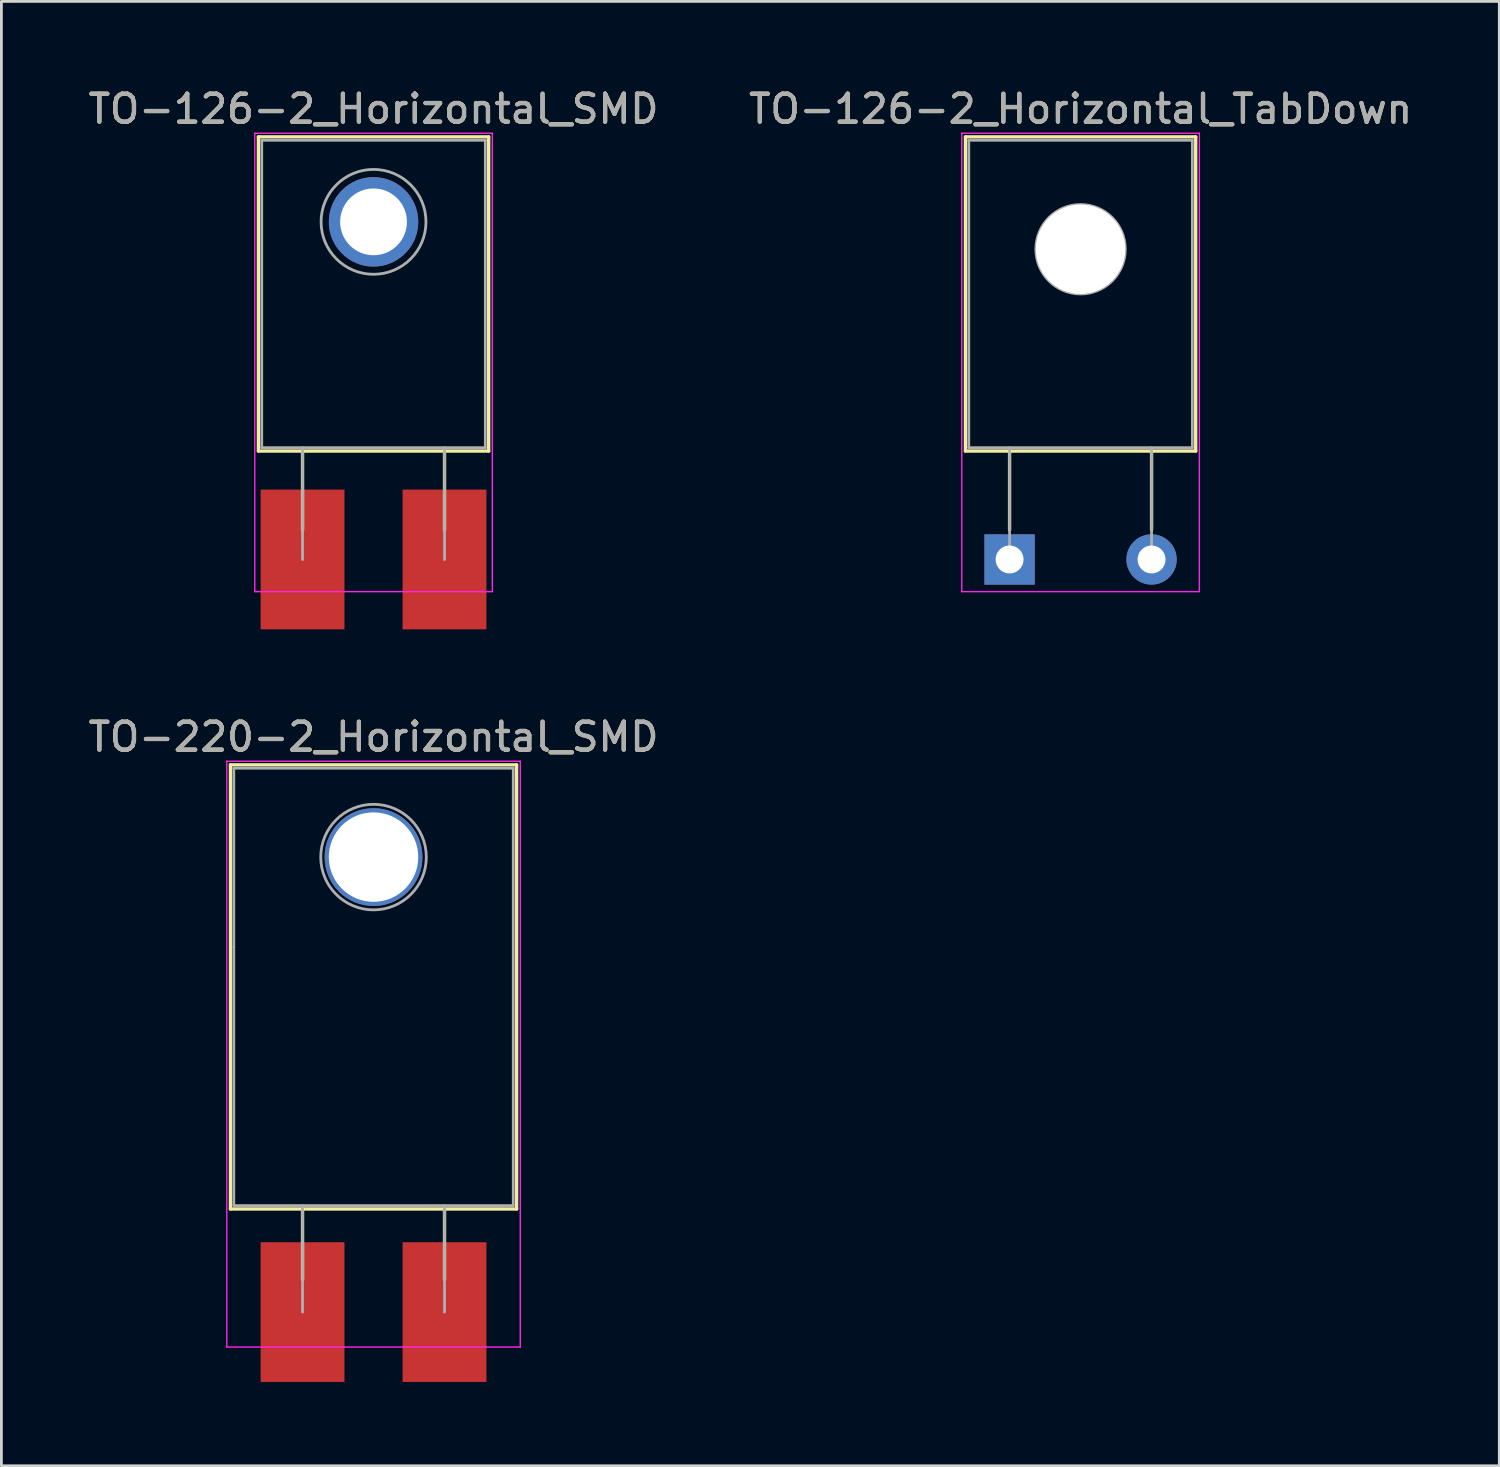
<source format=kicad_pcb>
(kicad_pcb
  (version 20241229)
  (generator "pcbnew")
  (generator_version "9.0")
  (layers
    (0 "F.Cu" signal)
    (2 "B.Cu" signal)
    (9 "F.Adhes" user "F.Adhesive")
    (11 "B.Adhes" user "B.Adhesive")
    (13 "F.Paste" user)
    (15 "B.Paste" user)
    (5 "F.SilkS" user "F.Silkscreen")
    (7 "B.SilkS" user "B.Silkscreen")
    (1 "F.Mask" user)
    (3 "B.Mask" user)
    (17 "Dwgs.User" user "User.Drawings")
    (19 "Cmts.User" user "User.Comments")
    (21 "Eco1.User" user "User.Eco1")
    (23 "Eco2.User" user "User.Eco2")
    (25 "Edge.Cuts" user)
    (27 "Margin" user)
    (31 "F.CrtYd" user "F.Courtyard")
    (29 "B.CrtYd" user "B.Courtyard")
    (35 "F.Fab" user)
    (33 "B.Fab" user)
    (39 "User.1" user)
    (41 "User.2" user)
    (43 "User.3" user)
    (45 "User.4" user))
  (footprint "TO-126-2_Horizontal_TabDown"
    (layer "F.Cu")
    (at 33.073 16.968)
    (property "Reference" "TO-126-2_Horizontal_TabDown" (at 2.54 -16.12 0) (layer "F.SilkS") (effects (font (size 1 1) (thickness 0.15))))
    (attr through_hole)
    (fp_line (start -1.58 -15.12) (end -1.58 -3.88) (stroke (width 0.12) (type solid)) (layer "F.SilkS"))
    (fp_line (start -1.58 -15.12) (end 6.66 -15.12) (stroke (width 0.12) (type solid)) (layer "F.SilkS"))
    (fp_line (start -1.58 -3.88) (end 6.66 -3.88) (stroke (width 0.12) (type solid)) (layer "F.SilkS"))
    (fp_line (start 0 -3.88) (end 0 -1.05) (stroke (width 0.12) (type solid)) (layer "F.SilkS"))
    (fp_line (start 5.08 -3.88) (end 5.08 -1.066) (stroke (width 0.12) (type solid)) (layer "F.SilkS"))
    (fp_line (start 6.66 -15.12) (end 6.66 -3.88) (stroke (width 0.12) (type solid)) (layer "F.SilkS"))
    (fp_line (start -1.71 -15.25) (end -1.71 1.15) (stroke (width 0.05) (type solid)) (layer "F.CrtYd"))
    (fp_line (start -1.71 1.15) (end 6.79 1.15) (stroke (width 0.05) (type solid)) (layer "F.CrtYd"))
    (fp_line (start 6.79 -15.25) (end -1.71 -15.25) (stroke (width 0.05) (type solid)) (layer "F.CrtYd"))
    (fp_line (start 6.79 1.15) (end 6.79 -15.25) (stroke (width 0.05) (type solid)) (layer "F.CrtYd"))
    (fp_line (start -1.46 -15) (end 6.54 -15) (stroke (width 0.1) (type solid)) (layer "F.Fab"))
    (fp_line (start -1.46 -4) (end -1.46 -15) (stroke (width 0.1) (type solid)) (layer "F.Fab"))
    (fp_line (start 0 -4) (end 0 0) (stroke (width 0.1) (type solid)) (layer "F.Fab"))
    (fp_line (start 5.08 -4) (end 5.08 0) (stroke (width 0.1) (type solid)) (layer "F.Fab"))
    (fp_line (start 6.54 -15) (end 6.54 -4) (stroke (width 0.1) (type solid)) (layer "F.Fab"))
    (fp_line (start 6.54 -4) (end -1.46 -4) (stroke (width 0.1) (type solid)) (layer "F.Fab"))
    (fp_circle (center 2.54 -11.1) (end 4.14 -11.1) (stroke (width 0.1) (type solid)) (fill no) (layer "F.Fab"))
    (fp_text user "${REFERENCE}" (at 2.54 -16.12 0) (layer "F.Fab") (effects (font (size 1 1) (thickness 0.15))))
    (pad "" np_thru_hole oval (at 2.54 -11.1) (size 3.2 3.2) (drill 3.2) (layers "*.Cu" "*.Mask"))
    (pad "1" thru_hole rect (at 0 0) (size 1.8 1.8) (drill 1) (layers "*.Cu" "*.Mask"))
    (pad "2" thru_hole oval (at 5.08 0) (size 1.8 1.8) (drill 1) (layers "*.Cu" "*.Mask")))
  (footprint "TO-220-2_Horizontal_SMD"
    (layer "F.Cu")
    (at 7.775 43.897)
    (property "Reference" "TO-220-2_Horizontal_SMD" (at 2.54 -20.58 0) (layer "F.SilkS") (effects (font (size 1 1) (thickness 0.15))))
    (attr through_hole)
    (fp_line (start -2.58 -19.58) (end -2.58 -3.69) (stroke (width 0.12) (type solid)) (layer "F.SilkS"))
    (fp_line (start -2.58 -19.58) (end 7.66 -19.58) (stroke (width 0.12) (type solid)) (layer "F.SilkS"))
    (fp_line (start -2.58 -3.69) (end 7.66 -3.69) (stroke (width 0.12) (type solid)) (layer "F.SilkS"))
    (fp_line (start 0 -3.69) (end 0 -1.15) (stroke (width 0.12) (type solid)) (layer "F.SilkS"))
    (fp_line (start 5.08 -3.69) (end 5.08 -1.165) (stroke (width 0.12) (type solid)) (layer "F.SilkS"))
    (fp_line (start 7.66 -19.58) (end 7.66 -3.69) (stroke (width 0.12) (type solid)) (layer "F.SilkS"))
    (fp_line (start -2.71 -19.71) (end -2.71 1.25) (stroke (width 0.05) (type solid)) (layer "F.CrtYd"))
    (fp_line (start -2.71 1.25) (end 7.79 1.25) (stroke (width 0.05) (type solid)) (layer "F.CrtYd"))
    (fp_line (start 7.79 -19.71) (end -2.71 -19.71) (stroke (width 0.05) (type solid)) (layer "F.CrtYd"))
    (fp_line (start 7.79 1.25) (end 7.79 -19.71) (stroke (width 0.05) (type solid)) (layer "F.CrtYd"))
    (fp_line (start -2.46 -19.46) (end 7.54 -19.46) (stroke (width 0.1) (type solid)) (layer "F.Fab"))
    (fp_line (start -2.46 -13.06) (end -2.46 -19.46) (stroke (width 0.1) (type solid)) (layer "F.Fab"))
    (fp_line (start -2.46 -3.81) (end -2.46 -13.06) (stroke (width 0.1) (type solid)) (layer "F.Fab"))
    (fp_line (start 0 -3.81) (end 0 0) (stroke (width 0.1) (type solid)) (layer "F.Fab"))
    (fp_line (start 5.08 -3.81) (end 5.08 0) (stroke (width 0.1) (type solid)) (layer "F.Fab"))
    (fp_line (start 7.54 -19.46) (end 7.54 -3.81) (stroke (width 0.1) (type solid)) (layer "F.Fab"))
    (fp_line (start 7.54 -3.81) (end -2.46 -3.81) (stroke (width 0.1) (type solid)) (layer "F.Fab"))
    (fp_circle (center 2.54 -16.28) (end 4.39 -16.66) (stroke (width 0.1) (type solid)) (fill no) (layer "F.Fab"))
    (fp_text user "${REFERENCE}" (at 2.54 -20.58 0) (layer "F.Fab") (effects (font (size 1 1) (thickness 0.15))))
    (pad "" np_thru_hole oval (at 2.54 -16.28) (size 3.5 3.5) (drill 3.2) (layers "*.Cu" "*.Mask"))
    (pad "1" smd rect (at 0 0) (size 3 5) (layers "F.Cu" "F.Mask" "F.Paste"))
    (pad "2" smd rect (at 5.08 0) (size 3 5) (layers "F.Cu" "F.Mask" "F.Paste")))
  (footprint "TO-126-2_Horizontal_SMD"
    (layer "F.Cu")
    (at 7.775 16.968)
    (property "Reference" "TO-126-2_Horizontal_SMD" (at 2.54 -16.12 0) (layer "F.SilkS") (effects (font (size 1 1) (thickness 0.15))))
    (attr through_hole)
    (fp_line (start -1.58 -15.12) (end -1.58 -3.88) (stroke (width 0.12) (type solid)) (layer "F.SilkS"))
    (fp_line (start -1.58 -15.12) (end 6.66 -15.12) (stroke (width 0.12) (type solid)) (layer "F.SilkS"))
    (fp_line (start -1.58 -3.88) (end 6.66 -3.88) (stroke (width 0.12) (type solid)) (layer "F.SilkS"))
    (fp_line (start 0 -3.88) (end 0 -1.05) (stroke (width 0.12) (type solid)) (layer "F.SilkS"))
    (fp_line (start 5.08 -3.88) (end 5.08 -1.066) (stroke (width 0.12) (type solid)) (layer "F.SilkS"))
    (fp_line (start 6.66 -15.12) (end 6.66 -3.88) (stroke (width 0.12) (type solid)) (layer "F.SilkS"))
    (fp_line (start -1.71 -15.25) (end -1.71 1.15) (stroke (width 0.05) (type solid)) (layer "F.CrtYd"))
    (fp_line (start -1.71 1.15) (end 6.79 1.15) (stroke (width 0.05) (type solid)) (layer "F.CrtYd"))
    (fp_line (start 6.79 -15.25) (end -1.71 -15.25) (stroke (width 0.05) (type solid)) (layer "F.CrtYd"))
    (fp_line (start 6.79 1.15) (end 6.79 -15.25) (stroke (width 0.05) (type solid)) (layer "F.CrtYd"))
    (fp_line (start -1.46 -15) (end 6.54 -15) (stroke (width 0.1) (type solid)) (layer "F.Fab"))
    (fp_line (start -1.46 -4) (end -1.46 -15) (stroke (width 0.1) (type solid)) (layer "F.Fab"))
    (fp_line (start 0 -4) (end 0 0) (stroke (width 0.1) (type solid)) (layer "F.Fab"))
    (fp_line (start 5.08 -4) (end 5.08 0) (stroke (width 0.1) (type solid)) (layer "F.Fab"))
    (fp_line (start 6.54 -15) (end 6.54 -4) (stroke (width 0.1) (type solid)) (layer "F.Fab"))
    (fp_line (start 6.54 -4) (end -1.46 -4) (stroke (width 0.1) (type solid)) (layer "F.Fab"))
    (fp_circle (center 2.54 -12.08) (end 4.14 -11.1) (stroke (width 0.1) (type solid)) (fill no) (layer "F.Fab"))
    (fp_text user "${REFERENCE}" (at 2.54 -16.12 0) (layer "F.Fab") (effects (font (size 1 1) (thickness 0.15))))
    (pad "" np_thru_hole oval (at 2.54 -12.08) (size 3.2 3.2) (drill 2.39) (layers "*.Cu" "*.Mask"))
    (pad "1" smd rect (at 0 0) (size 3 5) (layers "F.Cu" "F.Mask" "F.Paste"))
    (pad "2" smd rect (at 5.08 0) (size 3 5) (layers "F.Cu" "F.Mask" "F.Paste")))
  (gr_rect
    (start -3 -3)
    (end 50.595 49.397)
    (stroke (width 0.1) (type default))
    (fill no)
    (layer "Edge.Cuts")))
</source>
